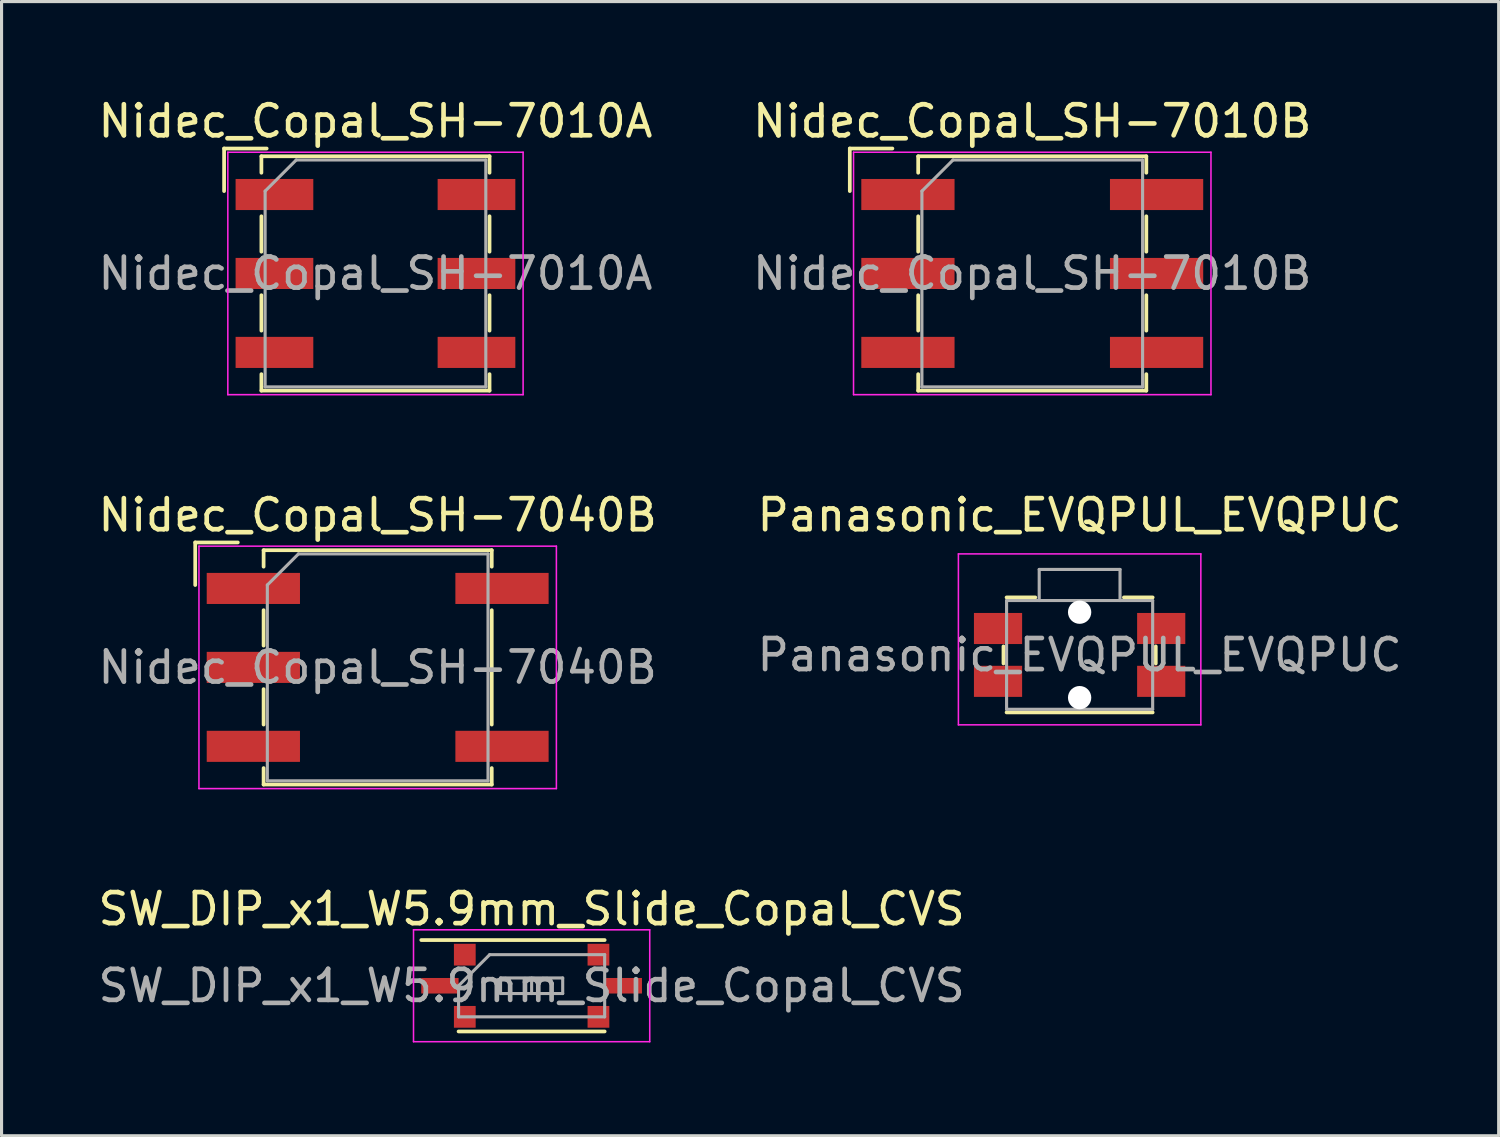
<source format=kicad_pcb>
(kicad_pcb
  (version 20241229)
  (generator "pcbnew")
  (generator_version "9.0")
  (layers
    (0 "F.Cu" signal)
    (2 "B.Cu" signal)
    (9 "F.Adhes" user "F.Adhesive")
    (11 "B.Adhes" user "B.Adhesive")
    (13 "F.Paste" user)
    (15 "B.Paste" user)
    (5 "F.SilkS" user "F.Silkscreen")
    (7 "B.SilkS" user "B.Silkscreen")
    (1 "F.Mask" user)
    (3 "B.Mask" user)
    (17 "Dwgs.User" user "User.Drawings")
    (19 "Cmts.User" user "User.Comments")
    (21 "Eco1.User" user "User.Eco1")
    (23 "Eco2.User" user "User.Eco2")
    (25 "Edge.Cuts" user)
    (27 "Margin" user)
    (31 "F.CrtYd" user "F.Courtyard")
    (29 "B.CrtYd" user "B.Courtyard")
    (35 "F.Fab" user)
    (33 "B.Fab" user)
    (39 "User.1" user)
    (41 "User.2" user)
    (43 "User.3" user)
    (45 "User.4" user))
  (footprint "SW_DIP_x1_W5.9mm_Slide_Copal_CVS"
    (layer "F.Cu")
    (at 14.054 28.665)
    (property "Reference" "SW_DIP_x1_W5.9mm_Slide_Copal_CVS" (at 0 -2.47 0) (layer "F.SilkS") (effects (font (size 1 1) (thickness 0.15))))
    (attr smd)
    (fp_line (start -3.55 -1.47) (end 2.35 -1.47) (stroke (width 0.12) (type solid)) (layer "F.SilkS"))
    (fp_line (start -2.35 1.47) (end 2.35 1.47) (stroke (width 0.12) (type solid)) (layer "F.SilkS"))
    (fp_line (start -3.8 -1.8) (end -3.8 1.8) (stroke (width 0.05) (type solid)) (layer "F.CrtYd"))
    (fp_line (start -3.8 1.8) (end 3.8 1.8) (stroke (width 0.05) (type solid)) (layer "F.CrtYd"))
    (fp_line (start 3.8 -1.8) (end -3.8 -1.8) (stroke (width 0.05) (type solid)) (layer "F.CrtYd"))
    (fp_line (start 3.8 1.8) (end 3.8 -1.8) (stroke (width 0.05) (type solid)) (layer "F.CrtYd"))
    (fp_line (start -2.35 0) (end -1.35 -1) (stroke (width 0.1) (type solid)) (layer "F.Fab"))
    (fp_line (start -2.35 1) (end -2.35 0) (stroke (width 0.1) (type solid)) (layer "F.Fab"))
    (fp_line (start -1.35 -1) (end 2.35 -1) (stroke (width 0.1) (type solid)) (layer "F.Fab"))
    (fp_line (start -1 -0.25) (end -1 0.25) (stroke (width 0.1) (type solid)) (layer "F.Fab"))
    (fp_line (start -1 0.25) (end 1 0.25) (stroke (width 0.1) (type solid)) (layer "F.Fab"))
    (fp_line (start 0 -0.25) (end 0 0.25) (stroke (width 0.1) (type solid)) (layer "F.Fab"))
    (fp_line (start 1 -0.25) (end -1 -0.25) (stroke (width 0.1) (type solid)) (layer "F.Fab"))
    (fp_line (start 1 0.25) (end 1 -0.25) (stroke (width 0.1) (type solid)) (layer "F.Fab"))
    (fp_line (start 2.35 -1) (end 2.35 1) (stroke (width 0.1) (type solid)) (layer "F.Fab"))
    (fp_line (start 2.35 1) (end -2.35 1) (stroke (width 0.1) (type solid)) (layer "F.Fab"))
    (fp_text user "${REFERENCE}" (at 0 0 0) (layer "F.Fab") (effects (font (size 1 1) (thickness 0.15))))
    (pad "1" smd rect (at -2.95 0) (size 1.2 0.5) (layers "F.Cu" "F.Mask" "F.Paste"))
    (pad "2" smd rect (at 2.95 0) (size 1.2 0.5) (layers "F.Cu" "F.Mask" "F.Paste"))
    (pad "3" smd rect (at -2.15 -1) (size 0.7 0.7) (layers "F.Cu" "F.Mask" "F.Paste"))
    (pad "3" smd rect (at -2.15 1) (size 0.7 0.7) (layers "F.Cu" "F.Mask" "F.Paste"))
    (pad "3" smd rect (at 2.15 -1) (size 0.7 0.7) (layers "F.Cu" "F.Mask" "F.Paste"))
    (pad "3" smd rect (at 2.15 1) (size 0.7 0.7) (layers "F.Cu" "F.Mask" "F.Paste")))
  (footprint "Nidec_Copal_SH-7010B"
    (layer "F.Cu")
    (at 26.161 3.208)
    (property "Reference" "Nidec_Copal_SH-7010B" (at 4 -2.36 0) (layer "F.SilkS") (effects (font (size 1 1) (thickness 0.15))))
    (attr smd)
    (fp_line (start -1.87 -1.48) (end -0.5 -1.48) (stroke (width 0.12) (type solid)) (layer "F.SilkS"))
    (fp_line (start -1.87 -0.11) (end -1.87 -1.48) (stroke (width 0.12) (type solid)) (layer "F.SilkS"))
    (fp_line (start 0.33 -1.23) (end 7.67 -1.23) (stroke (width 0.12) (type solid)) (layer "F.SilkS"))
    (fp_line (start 0.33 -0.7) (end 0.33 -1.23) (stroke (width 0.12) (type solid)) (layer "F.SilkS"))
    (fp_line (start 0.33 0.7) (end 0.33 1.84) (stroke (width 0.12) (type solid)) (layer "F.SilkS"))
    (fp_line (start 0.33 3.24) (end 0.33 4.38) (stroke (width 0.12) (type solid)) (layer "F.SilkS"))
    (fp_line (start 0.33 5.78) (end 0.33 6.31) (stroke (width 0.12) (type solid)) (layer "F.SilkS"))
    (fp_line (start 0.33 6.31) (end 7.67 6.31) (stroke (width 0.12) (type solid)) (layer "F.SilkS"))
    (fp_line (start 7.67 -1.23) (end 7.67 -0.7) (stroke (width 0.12) (type solid)) (layer "F.SilkS"))
    (fp_line (start 7.67 0.7) (end 7.67 1.84) (stroke (width 0.12) (type solid)) (layer "F.SilkS"))
    (fp_line (start 7.67 3.24) (end 7.67 4.38) (stroke (width 0.12) (type solid)) (layer "F.SilkS"))
    (fp_line (start 7.67 6.31) (end 7.67 5.78) (stroke (width 0.12) (type solid)) (layer "F.SilkS"))
    (fp_line (start -1.75 -1.36) (end -1.75 6.44) (stroke (width 0.05) (type solid)) (layer "F.CrtYd"))
    (fp_line (start -1.75 6.44) (end 9.75 6.44) (stroke (width 0.05) (type solid)) (layer "F.CrtYd"))
    (fp_line (start 9.75 -1.36) (end -1.75 -1.36) (stroke (width 0.05) (type solid)) (layer "F.CrtYd"))
    (fp_line (start 9.75 6.44) (end 9.75 -1.36) (stroke (width 0.05) (type solid)) (layer "F.CrtYd"))
    (fp_line (start 0.45 -0.11) (end 1.45 -1.11) (stroke (width 0.1) (type solid)) (layer "F.Fab"))
    (fp_line (start 0.45 6.19) (end 0.45 -0.11) (stroke (width 0.1) (type solid)) (layer "F.Fab"))
    (fp_line (start 1.45 -1.11) (end 7.55 -1.11) (stroke (width 0.1) (type solid)) (layer "F.Fab"))
    (fp_line (start 7.55 -1.11) (end 7.55 6.19) (stroke (width 0.1) (type solid)) (layer "F.Fab"))
    (fp_line (start 7.55 6.19) (end 0.45 6.19) (stroke (width 0.1) (type solid)) (layer "F.Fab"))
    (fp_text user "${REFERENCE}" (at 4 2.54 0) (layer "F.Fab") (effects (font (size 1 1) (thickness 0.15))))
    (pad "1" smd rect (at 0 0) (size 3 1) (layers "F.Cu" "F.Mask" "F.Paste"))
    (pad "2" smd rect (at 8 5.08) (size 3 1) (layers "F.Cu" "F.Mask" "F.Paste"))
    (pad "4" smd rect (at 0 5.08) (size 3 1) (layers "F.Cu" "F.Mask" "F.Paste"))
    (pad "8" smd rect (at 8 0) (size 3 1) (layers "F.Cu" "F.Mask" "F.Paste"))
    (pad "C" smd rect (at 0 2.54) (size 3 1) (layers "F.Cu" "F.Mask" "F.Paste"))
    (pad "C" smd rect (at 8 2.54) (size 3 1) (layers "F.Cu" "F.Mask" "F.Paste")))
  (footprint "Nidec_Copal_SH-7010A"
    (layer "F.Cu")
    (at 5.78 3.208)
    (property "Reference" "Nidec_Copal_SH-7010A" (at 3.25 -2.36 0) (layer "F.SilkS") (effects (font (size 1 1) (thickness 0.15))))
    (attr smd)
    (fp_line (start -1.62 -1.48) (end -0.25 -1.48) (stroke (width 0.12) (type solid)) (layer "F.SilkS"))
    (fp_line (start -1.62 -0.11) (end -1.62 -1.48) (stroke (width 0.12) (type solid)) (layer "F.SilkS"))
    (fp_line (start -0.42 -1.23) (end 6.92 -1.23) (stroke (width 0.12) (type solid)) (layer "F.SilkS"))
    (fp_line (start -0.42 -0.7) (end -0.42 -1.23) (stroke (width 0.12) (type solid)) (layer "F.SilkS"))
    (fp_line (start -0.42 0.7) (end -0.42 1.84) (stroke (width 0.12) (type solid)) (layer "F.SilkS"))
    (fp_line (start -0.42 3.24) (end -0.42 4.38) (stroke (width 0.12) (type solid)) (layer "F.SilkS"))
    (fp_line (start -0.42 5.78) (end -0.42 6.31) (stroke (width 0.12) (type solid)) (layer "F.SilkS"))
    (fp_line (start -0.42 6.31) (end 6.92 6.31) (stroke (width 0.12) (type solid)) (layer "F.SilkS"))
    (fp_line (start 6.92 -1.23) (end 6.92 -0.7) (stroke (width 0.12) (type solid)) (layer "F.SilkS"))
    (fp_line (start 6.92 0.7) (end 6.92 1.84) (stroke (width 0.12) (type solid)) (layer "F.SilkS"))
    (fp_line (start 6.92 3.24) (end 6.92 4.38) (stroke (width 0.12) (type solid)) (layer "F.SilkS"))
    (fp_line (start 6.92 6.31) (end 6.92 5.78) (stroke (width 0.12) (type solid)) (layer "F.SilkS"))
    (fp_line (start -1.5 -1.36) (end -1.5 6.44) (stroke (width 0.05) (type solid)) (layer "F.CrtYd"))
    (fp_line (start -1.5 6.44) (end 8 6.44) (stroke (width 0.05) (type solid)) (layer "F.CrtYd"))
    (fp_line (start 8 -1.36) (end -1.5 -1.36) (stroke (width 0.05) (type solid)) (layer "F.CrtYd"))
    (fp_line (start 8 6.44) (end 8 -1.36) (stroke (width 0.05) (type solid)) (layer "F.CrtYd"))
    (fp_line (start -0.3 -0.11) (end 0.7 -1.11) (stroke (width 0.1) (type solid)) (layer "F.Fab"))
    (fp_line (start -0.3 6.19) (end -0.3 -0.11) (stroke (width 0.1) (type solid)) (layer "F.Fab"))
    (fp_line (start 0.7 -1.11) (end 6.8 -1.11) (stroke (width 0.1) (type solid)) (layer "F.Fab"))
    (fp_line (start 6.8 -1.11) (end 6.8 6.19) (stroke (width 0.1) (type solid)) (layer "F.Fab"))
    (fp_line (start 6.8 6.19) (end -0.3 6.19) (stroke (width 0.1) (type solid)) (layer "F.Fab"))
    (fp_text user "${REFERENCE}" (at 3.25 2.54 0) (layer "F.Fab") (effects (font (size 1 1) (thickness 0.15))))
    (pad "1" smd rect (at 0 0) (size 2.5 1) (layers "F.Cu" "F.Mask" "F.Paste"))
    (pad "2" smd rect (at 6.5 5.08) (size 2.5 1) (layers "F.Cu" "F.Mask" "F.Paste"))
    (pad "4" smd rect (at 0 5.08) (size 2.5 1) (layers "F.Cu" "F.Mask" "F.Paste"))
    (pad "8" smd rect (at 6.5 0) (size 2.5 1) (layers "F.Cu" "F.Mask" "F.Paste"))
    (pad "C" smd rect (at 0 2.54) (size 2.5 1) (layers "F.Cu" "F.Mask" "F.Paste"))
    (pad "C" smd rect (at 6.5 2.54) (size 2.5 1) (layers "F.Cu" "F.Mask" "F.Paste")))
  (footprint "Panasonic_EVQPUL_EVQPUC"
    (layer "F.Cu")
    (at 31.685 18.021)
    (property "Reference" "Panasonic_EVQPUL_EVQPUC" (at 0 -4.5 0) (layer "F.SilkS") (effects (font (size 1 1) (thickness 0.15))))
    (attr smd)
    (fp_line (start -2.45 0.275) (end -2.45 -0.275) (stroke (width 0.12) (type solid)) (layer "F.SilkS"))
    (fp_line (start -1.425 -1.85) (end -2.35 -1.85) (stroke (width 0.12) (type solid)) (layer "F.SilkS"))
    (fp_line (start 2.35 -1.85) (end 1.425 -1.85) (stroke (width 0.12) (type solid)) (layer "F.SilkS"))
    (fp_line (start 2.35 1.85) (end -2.35 1.85) (stroke (width 0.12) (type solid)) (layer "F.SilkS"))
    (fp_line (start 2.45 0.275) (end 2.45 -0.275) (stroke (width 0.12) (type solid)) (layer "F.SilkS"))
    (fp_line (start -3.9 2.25) (end -3.9 -3.25) (stroke (width 0.05) (type solid)) (layer "F.CrtYd"))
    (fp_line (start 3.9 -3.25) (end -3.9 -3.25) (stroke (width 0.05) (type solid)) (layer "F.CrtYd"))
    (fp_line (start 3.9 2.25) (end -3.9 2.25) (stroke (width 0.05) (type solid)) (layer "F.CrtYd"))
    (fp_line (start 3.9 2.25) (end 3.9 -3.25) (stroke (width 0.05) (type solid)) (layer "F.CrtYd"))
    (fp_line (start -2.35 1.75) (end -2.35 -1.75) (stroke (width 0.1) (type solid)) (layer "F.Fab"))
    (fp_line (start -1.3 -2.75) (end -1.3 -1.75) (stroke (width 0.1) (type solid)) (layer "F.Fab"))
    (fp_line (start 1.3 -2.75) (end -1.3 -2.75) (stroke (width 0.1) (type solid)) (layer "F.Fab"))
    (fp_line (start 1.3 -2.75) (end 1.3 -1.75) (stroke (width 0.1) (type solid)) (layer "F.Fab"))
    (fp_line (start 2.35 -1.75) (end -2.35 -1.75) (stroke (width 0.1) (type solid)) (layer "F.Fab"))
    (fp_line (start 2.35 1.75) (end -2.35 1.75) (stroke (width 0.1) (type solid)) (layer "F.Fab"))
    (fp_line (start 2.35 1.75) (end 2.35 -1.75) (stroke (width 0.1) (type solid)) (layer "F.Fab"))
    (fp_text user "${REFERENCE}" (at 0 0 0) (layer "F.Fab") (effects (font (size 1 1) (thickness 0.15))))
    (pad "" np_thru_hole circle (at 0 -1.375 180) (size 0.75 0.75) (drill 0.75) (layers "*.Cu" "*.Mask"))
    (pad "" np_thru_hole circle (at 0 1.375 180) (size 0.75 0.75) (drill 0.75) (layers "*.Cu" "*.Mask"))
    (pad "1" smd rect (at -2.625 -0.85 180) (size 1.55 1) (layers "F.Cu" "F.Mask" "F.Paste"))
    (pad "1" smd rect (at -2.625 0.85 180) (size 1.55 1) (layers "F.Cu" "F.Mask" "F.Paste"))
    (pad "2" smd rect (at 2.625 -0.85 180) (size 1.55 1) (layers "F.Cu" "F.Mask" "F.Paste"))
    (pad "2" smd rect (at 2.625 0.85 180) (size 1.55 1) (layers "F.Cu" "F.Mask" "F.Paste")))
  (footprint "Nidec_Copal_SH-7040B"
    (layer "F.Cu")
    (at 5.101 15.882)
    (property "Reference" "Nidec_Copal_SH-7040B" (at 4 -2.36 0) (layer "F.SilkS") (effects (font (size 1 1) (thickness 0.15))))
    (attr smd)
    (fp_line (start -1.87 -1.48) (end -0.5 -1.48) (stroke (width 0.12) (type solid)) (layer "F.SilkS"))
    (fp_line (start -1.87 -0.11) (end -1.87 -1.48) (stroke (width 0.12) (type solid)) (layer "F.SilkS"))
    (fp_line (start 0.33 -1.23) (end 7.67 -1.23) (stroke (width 0.12) (type solid)) (layer "F.SilkS"))
    (fp_line (start 0.33 -0.7) (end 0.33 -1.23) (stroke (width 0.12) (type solid)) (layer "F.SilkS"))
    (fp_line (start 0.33 0.7) (end 0.33 1.84) (stroke (width 0.12) (type solid)) (layer "F.SilkS"))
    (fp_line (start 0.33 3.24) (end 0.33 4.38) (stroke (width 0.12) (type solid)) (layer "F.SilkS"))
    (fp_line (start 0.33 5.78) (end 0.33 6.31) (stroke (width 0.12) (type solid)) (layer "F.SilkS"))
    (fp_line (start 0.33 6.31) (end 7.67 6.31) (stroke (width 0.12) (type solid)) (layer "F.SilkS"))
    (fp_line (start 7.67 -1.23) (end 7.67 -0.7) (stroke (width 0.12) (type solid)) (layer "F.SilkS"))
    (fp_line (start 7.67 0.7) (end 7.67 4.38) (stroke (width 0.12) (type solid)) (layer "F.SilkS"))
    (fp_line (start 7.67 6.31) (end 7.67 5.78) (stroke (width 0.12) (type solid)) (layer "F.SilkS"))
    (fp_line (start -1.75 -1.36) (end -1.75 6.44) (stroke (width 0.05) (type solid)) (layer "F.CrtYd"))
    (fp_line (start -1.75 6.44) (end 9.75 6.44) (stroke (width 0.05) (type solid)) (layer "F.CrtYd"))
    (fp_line (start 9.75 -1.36) (end -1.75 -1.36) (stroke (width 0.05) (type solid)) (layer "F.CrtYd"))
    (fp_line (start 9.75 6.44) (end 9.75 -1.36) (stroke (width 0.05) (type solid)) (layer "F.CrtYd"))
    (fp_line (start 0.45 -0.11) (end 1.45 -1.11) (stroke (width 0.1) (type solid)) (layer "F.Fab"))
    (fp_line (start 0.45 6.19) (end 0.45 -0.11) (stroke (width 0.1) (type solid)) (layer "F.Fab"))
    (fp_line (start 1.45 -1.11) (end 7.55 -1.11) (stroke (width 0.1) (type solid)) (layer "F.Fab"))
    (fp_line (start 7.55 -1.11) (end 7.55 6.19) (stroke (width 0.1) (type solid)) (layer "F.Fab"))
    (fp_line (start 7.55 6.19) (end 0.45 6.19) (stroke (width 0.1) (type solid)) (layer "F.Fab"))
    (fp_text user "${REFERENCE}" (at 4 2.54 0) (layer "F.Fab") (effects (font (size 1 1) (thickness 0.15))))
    (pad "1" smd rect (at 0 0) (size 3 1) (layers "F.Cu" "F.Mask" "F.Paste"))
    (pad "2" smd rect (at 8 5.08) (size 3 1) (layers "F.Cu" "F.Mask" "F.Paste"))
    (pad "4" smd rect (at 0 5.08) (size 3 1) (layers "F.Cu" "F.Mask" "F.Paste"))
    (pad "8" smd rect (at 8 0) (size 3 1) (layers "F.Cu" "F.Mask" "F.Paste"))
    (pad "C" smd rect (at 0 2.54) (size 3 1) (layers "F.Cu" "F.Mask" "F.Paste")))
  (gr_rect
    (start -3 -3)
    (end 45.167 33.49)
    (stroke (width 0.1) (type default))
    (fill no)
    (layer "Edge.Cuts")))
</source>
